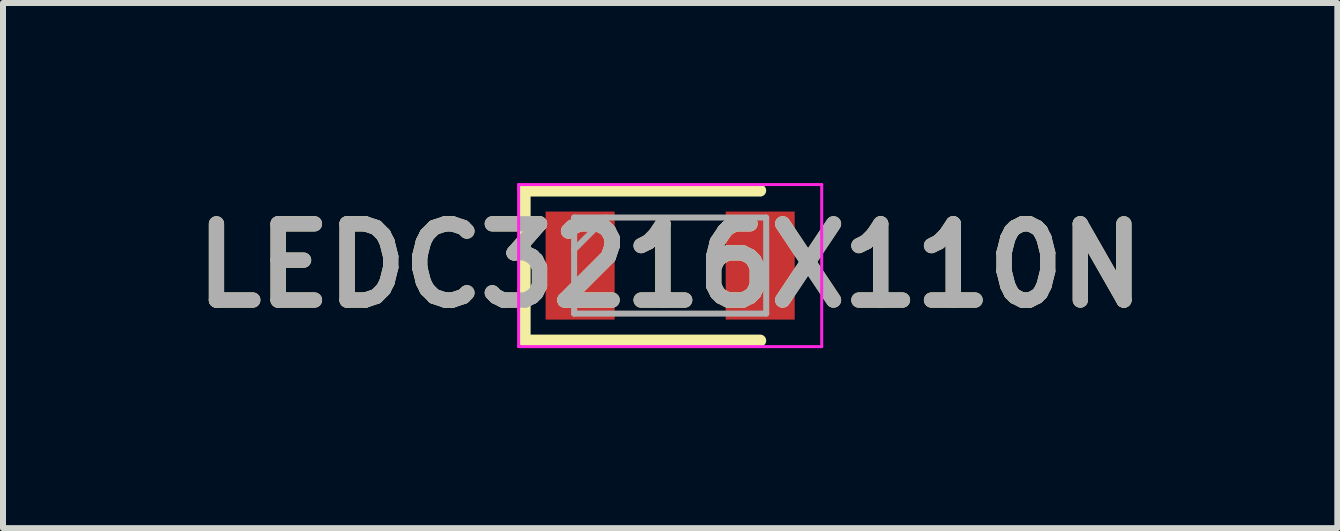
<source format=kicad_pcb>
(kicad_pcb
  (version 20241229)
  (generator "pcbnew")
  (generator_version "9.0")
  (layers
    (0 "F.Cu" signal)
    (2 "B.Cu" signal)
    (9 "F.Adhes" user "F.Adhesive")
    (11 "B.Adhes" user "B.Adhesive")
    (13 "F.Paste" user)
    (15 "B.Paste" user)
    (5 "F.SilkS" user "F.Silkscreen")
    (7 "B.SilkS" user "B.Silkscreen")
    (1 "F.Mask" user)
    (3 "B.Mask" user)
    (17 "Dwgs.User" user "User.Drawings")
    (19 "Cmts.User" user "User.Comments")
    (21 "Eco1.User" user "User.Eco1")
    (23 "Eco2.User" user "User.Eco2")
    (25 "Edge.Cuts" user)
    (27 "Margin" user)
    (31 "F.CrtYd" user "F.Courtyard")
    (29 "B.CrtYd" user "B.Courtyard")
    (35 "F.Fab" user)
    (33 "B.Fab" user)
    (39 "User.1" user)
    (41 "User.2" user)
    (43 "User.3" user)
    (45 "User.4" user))
  (footprint "LEDC3216X110N"
    (layer "F.Cu")
    (at 8.116 1.375)
    (property "Reference" "LEDC3216X110N" (at 0 0 0) (layer "F.SilkS") (effects (font (size 1.27 1.27) (thickness 0.254))))
    (attr smd)
    (fp_line (start -2.425 -1.25) (end -2.425 1.25) (stroke (width 0.2) (type solid)) (layer "F.SilkS"))
    (fp_line (start -2.425 1.25) (end 1.5 1.25) (stroke (width 0.2) (type solid)) (layer "F.SilkS"))
    (fp_line (start 1.5 -1.25) (end -2.425 -1.25) (stroke (width 0.2) (type solid)) (layer "F.SilkS"))
    (fp_line (start -2.525 -1.35) (end 2.525 -1.35) (stroke (width 0.05) (type solid)) (layer "F.CrtYd"))
    (fp_line (start -2.525 1.35) (end -2.525 -1.35) (stroke (width 0.05) (type solid)) (layer "F.CrtYd"))
    (fp_line (start 2.525 -1.35) (end 2.525 1.35) (stroke (width 0.05) (type solid)) (layer "F.CrtYd"))
    (fp_line (start 2.525 1.35) (end -2.525 1.35) (stroke (width 0.05) (type solid)) (layer "F.CrtYd"))
    (fp_line (start -1.6 -0.8) (end 1.6 -0.8) (stroke (width 0.1) (type solid)) (layer "F.Fab"))
    (fp_line (start -1.6 -0.267) (end -1.067 -0.8) (stroke (width 0.1) (type solid)) (layer "F.Fab"))
    (fp_line (start -1.6 0.8) (end -1.6 -0.8) (stroke (width 0.1) (type solid)) (layer "F.Fab"))
    (fp_line (start 1.6 -0.8) (end 1.6 0.8) (stroke (width 0.1) (type solid)) (layer "F.Fab"))
    (fp_line (start 1.6 0.8) (end -1.6 0.8) (stroke (width 0.1) (type solid)) (layer "F.Fab"))
    (fp_text user "${REFERENCE}" (at 0 0 0) (layer "F.Fab") (effects (font (size 1.27 1.27) (thickness 0.254))))
    (pad "1" smd rect (at -1.5 0) (size 1.15 1.8) (layers "F.Cu" "F.Mask" "F.Paste"))
    (pad "2" smd rect (at 1.5 0) (size 1.15 1.8) (layers "F.Cu" "F.Mask" "F.Paste")))
  (gr_rect
    (start -3 -3)
    (end 19.232 5.75)
    (stroke (width 0.1) (type default))
    (fill no)
    (layer "Edge.Cuts")))
</source>
